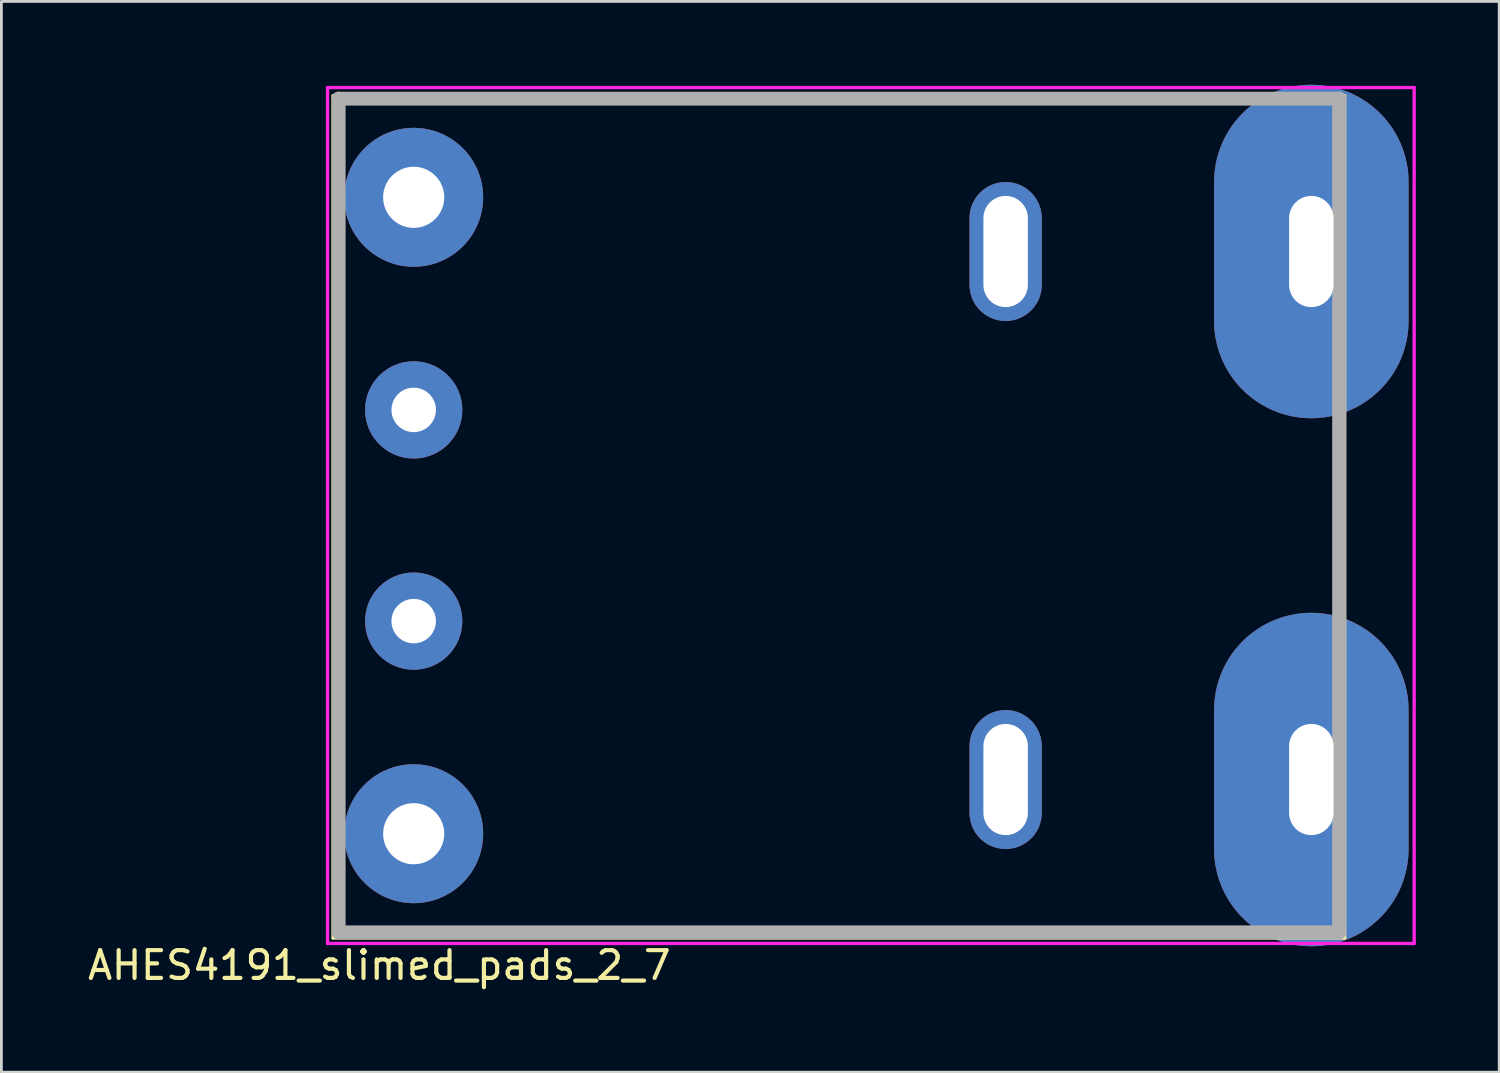
<source format=kicad_pcb>
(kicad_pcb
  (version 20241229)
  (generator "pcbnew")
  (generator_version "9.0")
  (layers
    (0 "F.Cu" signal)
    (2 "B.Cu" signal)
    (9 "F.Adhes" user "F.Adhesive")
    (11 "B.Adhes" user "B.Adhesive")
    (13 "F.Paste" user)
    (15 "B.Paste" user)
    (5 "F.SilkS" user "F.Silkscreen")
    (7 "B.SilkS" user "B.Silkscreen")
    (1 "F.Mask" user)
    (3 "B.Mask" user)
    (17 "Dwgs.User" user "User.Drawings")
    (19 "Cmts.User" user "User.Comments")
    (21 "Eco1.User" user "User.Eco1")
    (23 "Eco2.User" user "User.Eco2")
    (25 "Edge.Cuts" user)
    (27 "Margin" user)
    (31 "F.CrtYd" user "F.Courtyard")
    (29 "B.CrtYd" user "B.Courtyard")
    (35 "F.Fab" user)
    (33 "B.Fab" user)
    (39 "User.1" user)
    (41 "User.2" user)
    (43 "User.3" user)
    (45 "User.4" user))
  (footprint "AHES4191_slimed_pads_2_7"
    (layer "F.Cu")
    (at 9.136 15.5)
    (property "Reference" "AHES4191_slimed_pads_2_7" (at 1.465 16.184 180) (layer "F.SilkS") (effects (font (size 1 1) (thickness 0.15))))
    (attr through_hole)
    (fp_line (start -0.2 -15.1) (end 36.2 -15.1) (stroke (width 0.12) (type solid)) (layer "F.SilkS"))
    (fp_line (start -0.2 15.2) (end -0.2 -15.1) (stroke (width 0.12) (type solid)) (layer "F.SilkS"))
    (fp_line (start 36.2 -15.1) (end 36.2 15.2) (stroke (width 0.12) (type solid)) (layer "F.SilkS"))
    (fp_line (start 36.2 15.2) (end -0.2 15.2) (stroke (width 0.12) (type solid)) (layer "F.SilkS"))
    (fp_line (start -0.4 -15.4) (end -0.4 15.4) (stroke (width 0.12) (type solid)) (layer "F.CrtYd"))
    (fp_line (start -0.4 15.4) (end 38.7 15.4) (stroke (width 0.12) (type solid)) (layer "F.CrtYd"))
    (fp_line (start 38.7 -15.4) (end -0.4 -15.4) (stroke (width 0.12) (type solid)) (layer "F.CrtYd"))
    (fp_line (start 38.7 15.4) (end 38.7 -15.4) (stroke (width 0.12) (type solid)) (layer "F.CrtYd"))
    (fp_line (start 0 -15) (end 36 -15) (stroke (width 0.5) (type solid)) (layer "F.Fab"))
    (fp_line (start 0 15) (end 0 -15) (stroke (width 0.5) (type solid)) (layer "F.Fab"))
    (fp_line (start 36 -15) (end 36 15) (stroke (width 0.5) (type solid)) (layer "F.Fab"))
    (fp_line (start 36 15) (end 0 15) (stroke (width 0.5) (type solid)) (layer "F.Fab"))
    (pad "1" thru_hole oval (at 35 -9.5 180) (size 7 12) (drill oval 1.6 4) (layers "*.Cu" "*.Mask"))
    (pad "2" thru_hole oval (at 24 -9.5 180) (size 2.6 5) (drill oval 1.6 4) (layers "*.Cu" "*.Mask"))
    (pad "3" thru_hole circle (at 2.7 11.45 180) (size 5 5) (drill 2.2) (layers "*.Cu" "*.Mask"))
    (pad "4" thru_hole circle (at 2.7 3.8 180) (size 3.5 3.5) (drill 1.6) (layers "*.Cu" "*.Mask"))
    (pad "5" thru_hole circle (at 2.7 -3.8 180) (size 3.5 3.5) (drill 1.6) (layers "*.Cu" "*.Mask"))
    (pad "6" thru_hole circle (at 2.7 -11.45 180) (size 5 5) (drill 2.2) (layers "*.Cu" "*.Mask"))
    (pad "7" thru_hole oval (at 24 9.5 180) (size 2.6 5) (drill oval 1.6 4) (layers "*.Cu" "*.Mask"))
    (pad "8" thru_hole oval (at 35 9.5 180) (size 7 12) (drill oval 1.6 4) (layers "*.Cu" "*.Mask")))
  (gr_rect
    (start -3 -3)
    (end 50.896 35.532)
    (stroke (width 0.1) (type default))
    (fill no)
    (layer "Edge.Cuts")))
</source>
